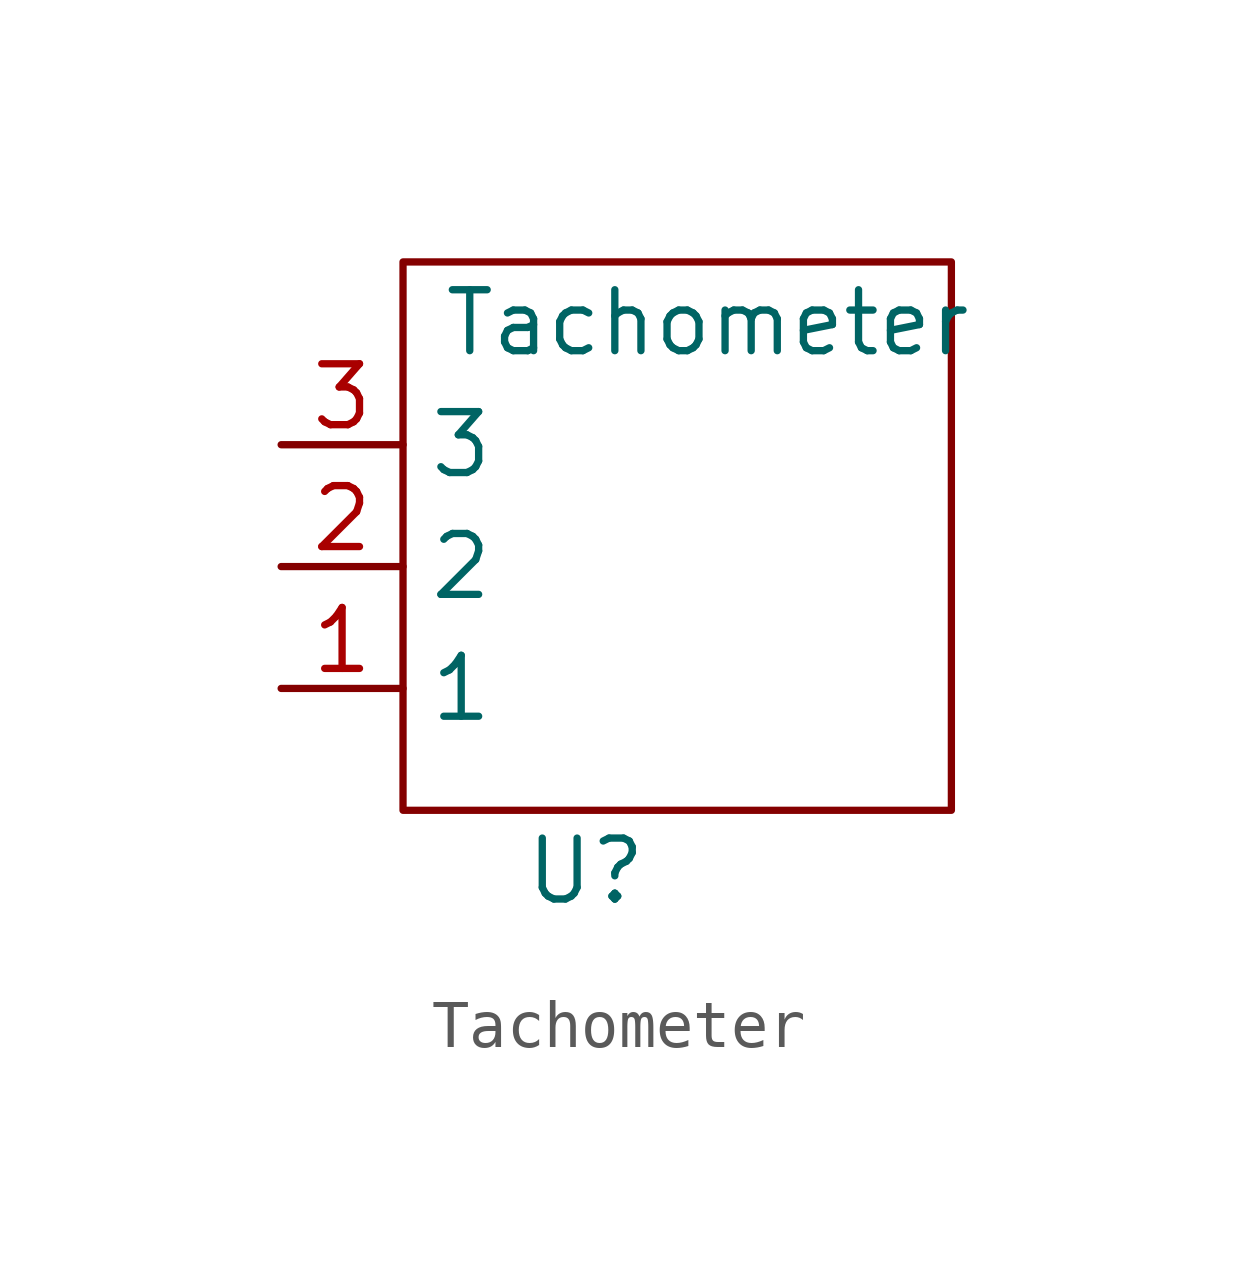
<source format=kicad_sym>
(kicad_symbol_lib
  (version 20211014)
  (generator kicad_symbol_editor)
  (symbol "Tachometer"
    (property "Reference" "U"
      (at 3.81 -1.27 0)
      (effects (font (size 1.27 1.27))))
    (property "Value" "Tachometer"
      (at 6.35 10.16 0)
      (effects (font (size 1.27 1.27))))
    (symbol "Tachometer_0_1"
      (rectangle (start 0 11.43) (end 11.43 0) (stroke (width 0.152) (type default) (color 0 0 0 0)) (fill (type none))))
    (symbol "Tachometer_1_1"
      (pin input line (at -2.54 2.54 0) (length 2.54) (name "1" (effects (font (size 1.27 1.27)))) (number "1" (effects (font (size 1.27 1.27)))))
      (pin input line (at -2.54 5.08 0) (length 2.54) (name "2" (effects (font (size 1.27 1.27)))) (number "2" (effects (font (size 1.27 1.27)))))
      (pin input line (at -2.54 7.62 0) (length 2.54) (name "3" (effects (font (size 1.27 1.27)))) (number "3" (effects (font (size 1.27 1.27))))))))
</source>
